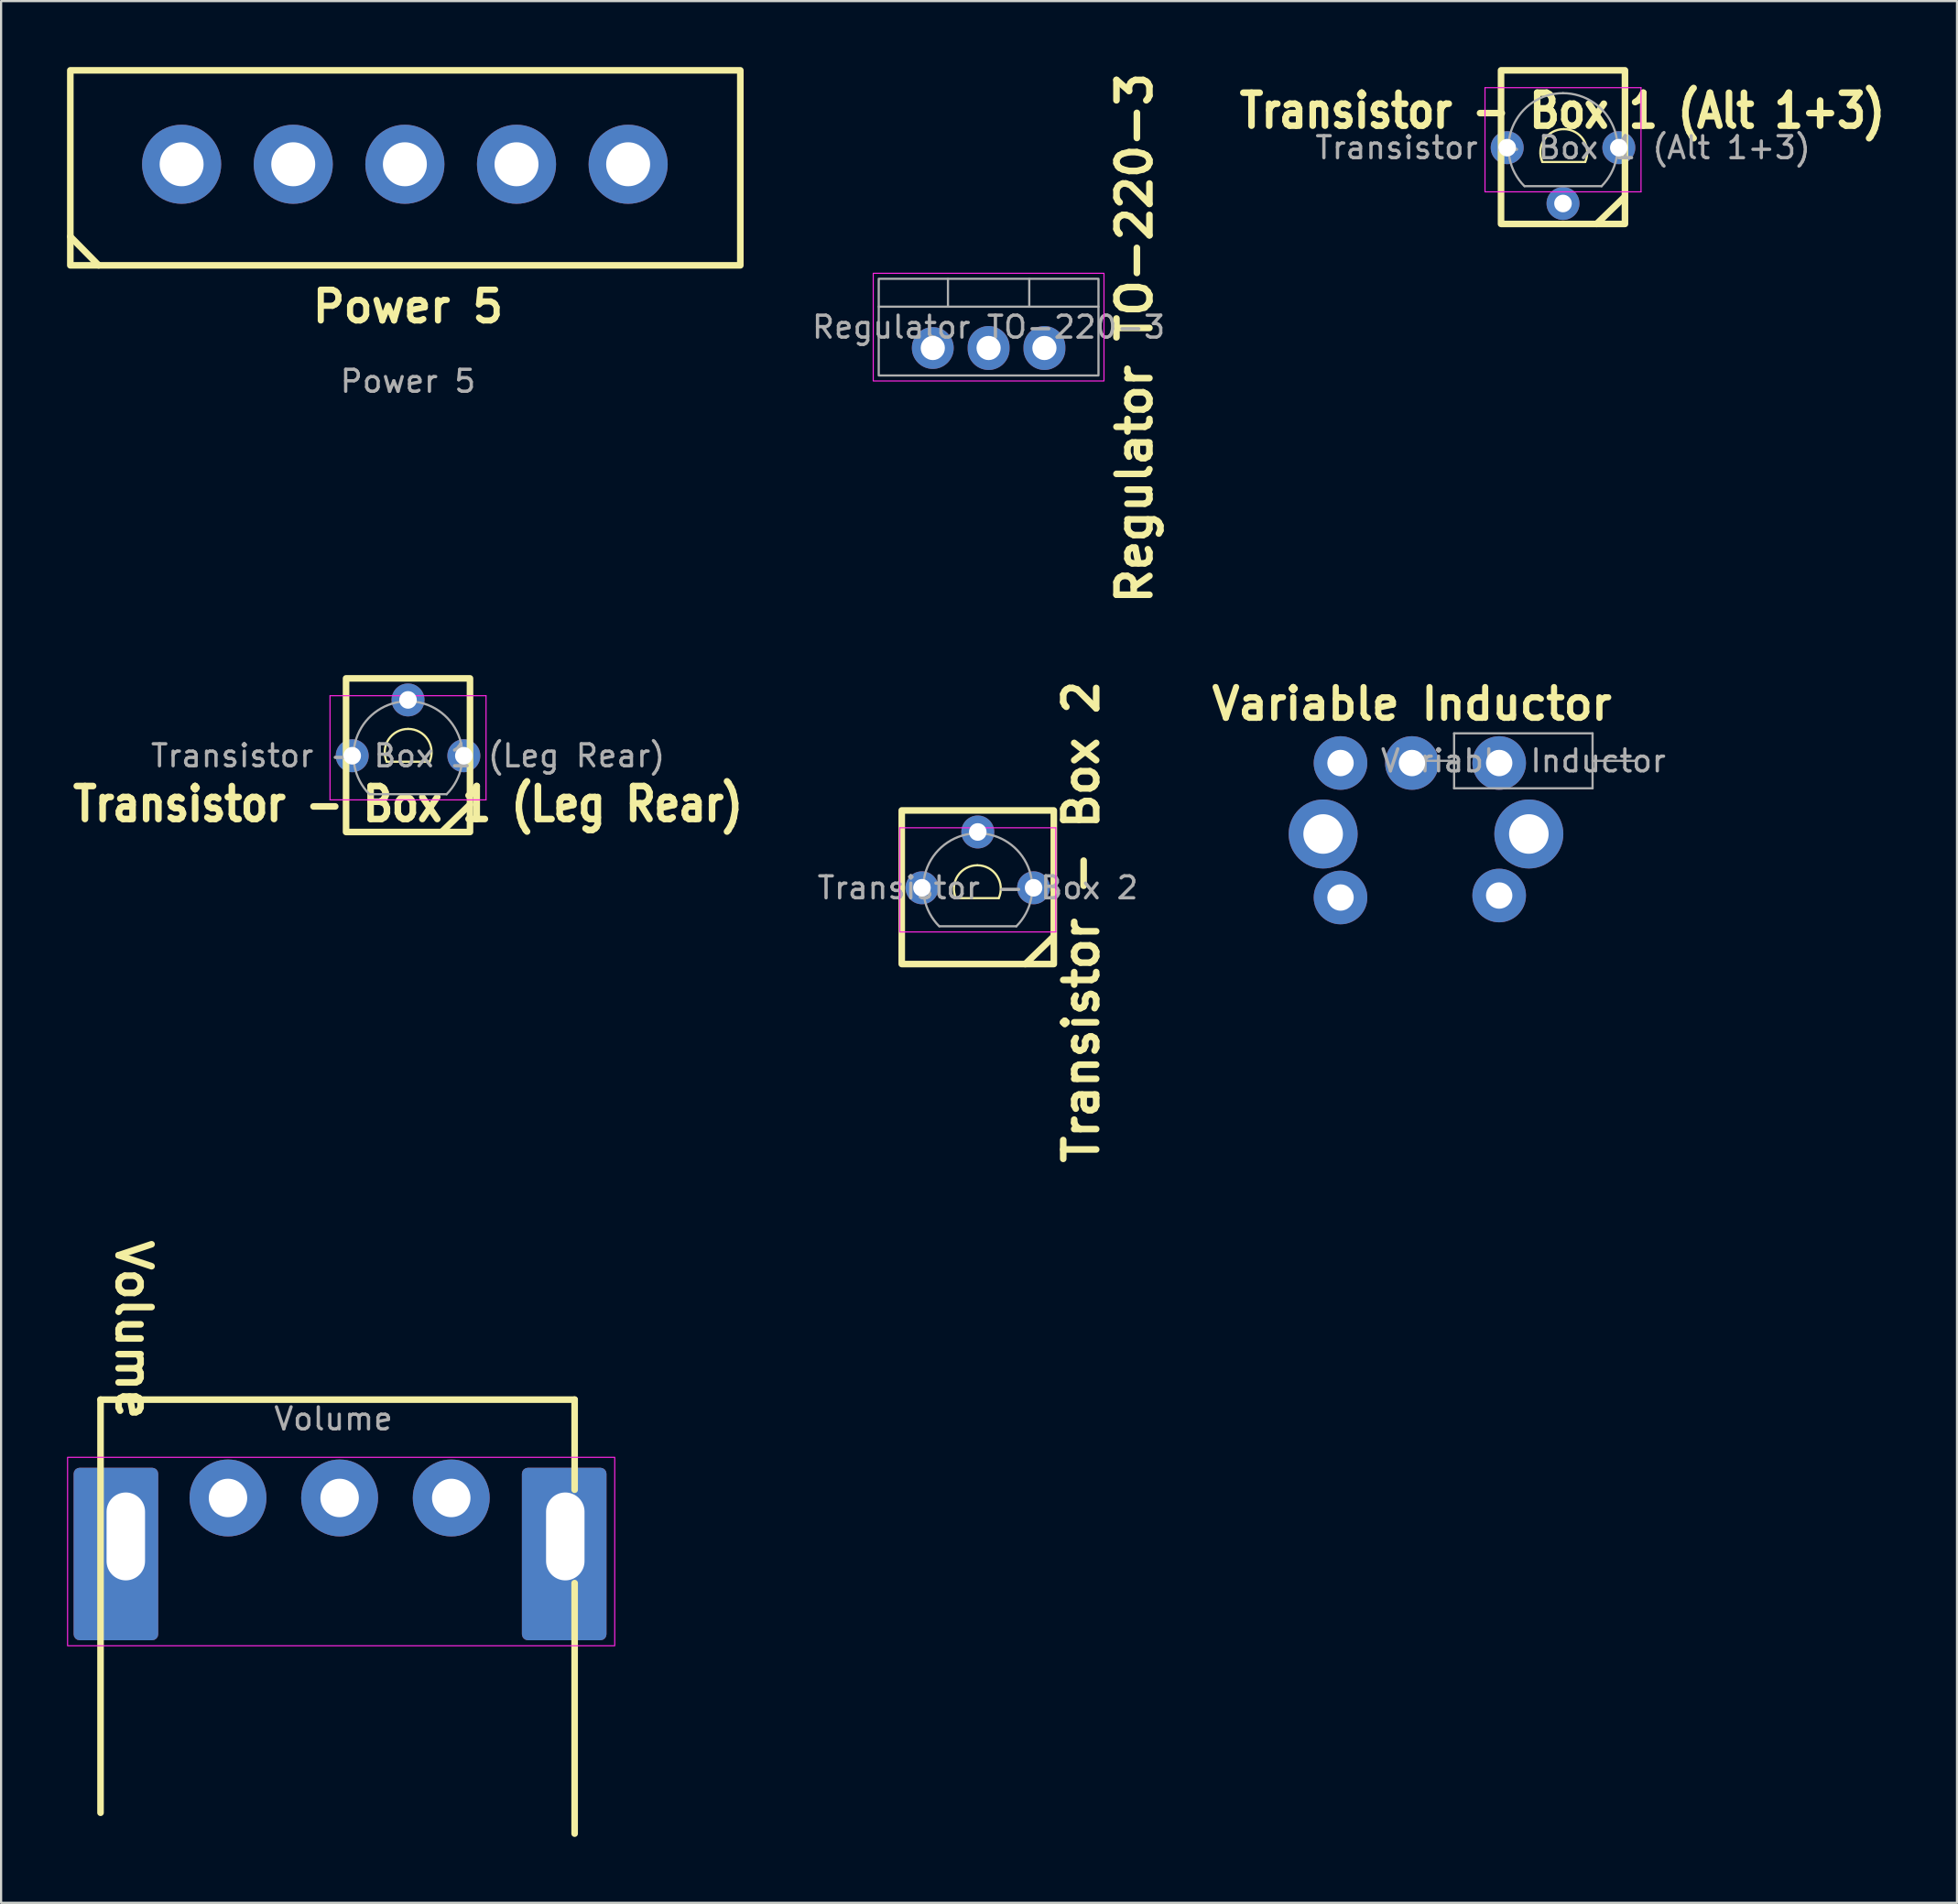
<source format=kicad_pcb>
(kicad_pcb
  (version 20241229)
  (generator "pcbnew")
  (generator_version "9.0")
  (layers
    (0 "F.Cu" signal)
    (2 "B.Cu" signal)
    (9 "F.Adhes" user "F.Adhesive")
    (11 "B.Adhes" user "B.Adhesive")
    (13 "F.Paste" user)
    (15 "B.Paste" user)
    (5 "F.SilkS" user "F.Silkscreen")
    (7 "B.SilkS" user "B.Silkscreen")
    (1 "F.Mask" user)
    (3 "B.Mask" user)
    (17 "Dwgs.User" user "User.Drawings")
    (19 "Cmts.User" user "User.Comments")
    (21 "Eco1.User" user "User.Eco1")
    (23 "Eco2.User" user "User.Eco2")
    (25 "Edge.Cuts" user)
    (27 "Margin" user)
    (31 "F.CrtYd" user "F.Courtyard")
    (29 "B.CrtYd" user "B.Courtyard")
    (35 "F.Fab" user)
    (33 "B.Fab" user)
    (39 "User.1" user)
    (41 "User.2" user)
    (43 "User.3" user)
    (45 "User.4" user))
  (footprint "Regulator TO-220-3"
    (layer "F.Cu")
    (at 39.399 12.786)
    (property "Reference" "Regulator TO-220-3" (at 9.18 -0.45 270) (layer "F.SilkS") (effects (font (size 1.5 1.5) (thickness 0.3) (bold yes))))
    (attr through_hole)
    (fp_rect (start 7.79 1.5) (end -2.71 -3.4) (stroke (width 0.05) (type solid)) (fill no) (layer "F.CrtYd"))
    (fp_line (start -2.46 -1.88) (end 7.54 -1.88) (stroke (width 0.1) (type solid)) (layer "F.Fab"))
    (fp_line (start 0.69 -3.15) (end 0.69 -1.88) (stroke (width 0.1) (type solid)) (layer "F.Fab"))
    (fp_line (start 4.39 -3.15) (end 4.39 -1.88) (stroke (width 0.1) (type solid)) (layer "F.Fab"))
    (fp_rect (start -2.46 -3.15) (end 7.54 1.25) (stroke (width 0.1) (type solid)) (fill no) (layer "F.Fab"))
    (fp_text user "${REFERENCE}" (at 2.54 -0.95 180) (layer "F.Fab") (effects (font (size 1 1) (thickness 0.15))))
    (pad "1" thru_hole circle (at 0 0) (size 1.905 1.905) (drill 1.1) (layers "*.Cu" "*.Mask"))
    (pad "2" thru_hole oval (at 2.54 0) (size 1.905 2) (drill 1.1) (layers "*.Cu" "*.Mask"))
    (pad "3" thru_hole oval (at 5.08 0) (size 1.905 2) (drill 1.1) (layers "*.Cu" "*.Mask")))
  (footprint "Power 5"
    (layer "F.Cu")
    (at 5.215 4.425)
    (property "Reference" "Power 5" (at 10.3 6.475 0) (unlocked yes) (layer "F.SilkS") (effects (font (size 1.4 1.4) (thickness 0.28))))
    (attr through_hole)
    (fp_line (start -3.775 4.6) (end -5.065 3.29) (stroke (width 0.3) (type default)) (layer "F.SilkS"))
    (fp_rect (start -5.065 -4.275) (end 25.425 4.6) (stroke (width 0.3) (type default)) (fill no) (layer "F.SilkS"))
    (fp_text user "${REFERENCE}" (at 10.3 9.875 0) (unlocked yes) (layer "F.Fab") (effects (font (size 1 1) (thickness 0.15))))
    (pad "1" thru_hole circle (at 0 0 180) (size 3.6 3.6) (drill 2) (layers "*.Cu" "*.Mask"))
    (pad "2" thru_hole circle (at 5.08 0 180) (size 3.6 3.6) (drill 2) (layers "*.Cu" "*.Mask"))
    (pad "3" thru_hole circle (at 10.16 0 180) (size 3.6 3.6) (drill 2) (layers "*.Cu" "*.Mask"))
    (pad "4" thru_hole circle (at 15.24 0 180) (size 3.6 3.6) (drill 2) (layers "*.Cu" "*.Mask"))
    (pad "5" thru_hole circle (at 20.32 0 180) (size 3.6 3.6) (drill 2) (layers "*.Cu" "*.Mask")))
  (footprint "Transistor - Box 1 (Alt 1+3)"
    (layer "F.Cu")
    (at 65.538 3.67)
    (property "Reference" "Transistor - Box 1 (Alt 1+3)" (at 2.51 -1.68 0) (layer "F.SilkS") (effects (font (size 1.5 1.3) (thickness 0.3) (bold yes))))
    (attr through_hole)
    (fp_line (start 1.6 0.65) (end 3.551 0.65) (stroke (width 0.1) (type solid)) (layer "F.SilkS"))
    (fp_line (start 4.07 3.47) (end 5.35 2.23) (stroke (width 0.3) (type default)) (layer "F.SilkS"))
    (fp_rect (start -0.28 -3.52) (end 5.36 3.47) (stroke (width 0.3) (type solid)) (fill no) (layer "F.SilkS"))
    (fp_arc (start 1.599532 0.650208) (mid 1.68 -0.36) (end 2.570753 -0.843274) (stroke (width 0.1) (type solid)) (layer "F.SilkS"))
    (fp_arc (start 2.579532 -0.843274) (mid 3.470285 -0.359999) (end 3.550753 0.650208) (stroke (width 0.1) (type solid)) (layer "F.SilkS"))
    (fp_line (start -1.01 -2.73) (end -1.01 2.01) (stroke (width 0.05) (type solid)) (layer "F.CrtYd"))
    (fp_line (start -1.01 -2.73) (end 6.09 -2.73) (stroke (width 0.05) (type solid)) (layer "F.CrtYd"))
    (fp_line (start 6.09 2.01) (end -1.01 2.01) (stroke (width 0.05) (type solid)) (layer "F.CrtYd"))
    (fp_line (start 6.09 2.01) (end 6.09 -2.73) (stroke (width 0.05) (type solid)) (layer "F.CrtYd"))
    (fp_line (start 0.8 1.75) (end 4.3 1.75) (stroke (width 0.1) (type solid)) (layer "F.Fab"))
    (fp_arc (start 0.786375 1.753625) (mid 0.248779 -0.949055) (end 2.54 -2.48) (stroke (width 0.1) (type solid)) (layer "F.Fab"))
    (fp_arc (start 2.54 -2.48) (mid 4.831221 -0.949055) (end 4.293625 1.753625) (stroke (width 0.1) (type solid)) (layer "F.Fab"))
    (fp_text user "${REFERENCE}" (at 2.54 0 0) (layer "F.Fab") (effects (font (size 1 1) (thickness 0.15))))
    (pad "1" thru_hole circle (at 0 0) (size 1.5 1.5) (drill 0.8) (layers "*.Cu" "*.Mask"))
    (pad "2" thru_hole circle (at 2.54 2.54) (size 1.5 1.5) (drill 0.8) (layers "*.Cu" "*.Mask"))
    (pad "3" thru_hole circle (at 5.08 0) (size 1.5 1.5) (drill 0.8) (layers "*.Cu" "*.Mask")))
  (footprint "Transistor - Box 2"
    (layer "F.Cu")
    (at 38.906 37.35)
    (property "Reference" "Transistor - Box 2" (at 7.25 1.55 90) (layer "F.SilkS") (effects (font (size 1.5 1.5) (thickness 0.3) (bold yes))))
    (attr through_hole)
    (fp_line (start 1.544 0.47) (end 3.496 0.47) (stroke (width 0.1) (type solid)) (layer "F.SilkS"))
    (fp_line (start 4.7 3.47) (end 5.98 2.23) (stroke (width 0.3) (type default)) (layer "F.SilkS"))
    (fp_rect (start -0.92 -3.52) (end 6 3.47) (stroke (width 0.3) (type solid)) (fill no) (layer "F.SilkS"))
    (fp_arc (start 1.544389 0.47) (mid 1.624857 -0.540208) (end 2.51561 -1.023482) (stroke (width 0.1) (type solid)) (layer "F.SilkS"))
    (fp_arc (start 2.524389 -1.023482) (mid 3.415142 -0.540207) (end 3.49561 0.47) (stroke (width 0.1) (type solid)) (layer "F.SilkS"))
    (fp_line (start -1.01 -2.73) (end -1.01 2.01) (stroke (width 0.05) (type solid)) (layer "F.CrtYd"))
    (fp_line (start -1.01 -2.73) (end 6.09 -2.73) (stroke (width 0.05) (type solid)) (layer "F.CrtYd"))
    (fp_line (start 6.09 2.01) (end -1.01 2.01) (stroke (width 0.05) (type solid)) (layer "F.CrtYd"))
    (fp_line (start 6.09 2.01) (end 6.09 -2.73) (stroke (width 0.05) (type solid)) (layer "F.CrtYd"))
    (fp_line (start 0.8 1.75) (end 4.3 1.75) (stroke (width 0.1) (type solid)) (layer "F.Fab"))
    (fp_arc (start 0.786375 1.753625) (mid 0.248779 -0.949055) (end 2.54 -2.48) (stroke (width 0.1) (type solid)) (layer "F.Fab"))
    (fp_arc (start 2.54 -2.48) (mid 4.831221 -0.949055) (end 4.293625 1.753625) (stroke (width 0.1) (type solid)) (layer "F.Fab"))
    (fp_text user "${REFERENCE}" (at 2.54 0 180) (layer "F.Fab") (effects (font (size 1 1) (thickness 0.15))))
    (pad "1" thru_hole circle (at 0 0) (size 1.5 1.5) (drill 0.8) (layers "*.Cu" "*.Mask"))
    (pad "2" thru_hole circle (at 2.54 -2.54) (size 1.5 1.5) (drill 0.8) (layers "*.Cu" "*.Mask"))
    (pad "3" thru_hole circle (at 5.08 0) (size 1.5 1.5) (drill 0.8) (layers "*.Cu" "*.Mask")))
  (footprint "Volume"
    (layer "F.Cu")
    (at 7.325 65.117)
    (property "Reference" "Volume" (at -4.3 -7.652 270) (unlocked yes) (layer "F.SilkS") (effects (font (size 1.5 1.5) (thickness 0.3) (bold yes))))
    (attr through_hole)
    (fp_line (start -5.8 -4.475) (end 15.775 -4.475) (stroke (width 0.3) (type solid)) (layer "F.SilkS"))
    (fp_line (start -5.8 14.325) (end -5.8 -4.475) (stroke (width 0.3) (type solid)) (layer "F.SilkS"))
    (fp_line (start 15.775 -4.475) (end 15.775 -0.375) (stroke (width 0.3) (type solid)) (layer "F.SilkS"))
    (fp_line (start 15.775 3.875) (end 15.775 15.275) (stroke (width 0.3) (type solid)) (layer "F.SilkS"))
    (fp_rect (start -7.3 -1.85) (end 17.6 6.725) (stroke (width 0.05) (type default)) (fill no) (layer "F.CrtYd"))
    (fp_text user "${REFERENCE}" (at 4.8 -3.6 0) (unlocked yes) (layer "F.Fab") (effects (font (size 1 1) (thickness 0.15))))
    (pad "1" thru_hole circle (at 10.16 0 180) (size 3.5 3.5) (drill 1.75) (layers "*.Cu" "*.Mask"))
    (pad "2" thru_hole circle (at 5.08 0 180) (size 3.5 3.5) (drill 1.75) (layers "*.Cu" "*.Mask"))
    (pad "3" thru_hole circle (at 0 0 180) (size 3.5 3.5) (drill 1.75) (layers "*.Cu" "*.Mask"))
    (pad "S" thru_hole roundrect (at -4.65 1.75 180) (size 3.85 7.85) (drill oval 1.75 4 (offset 0.45 -0.8)) (layers "*.Cu" "*.Mask") (roundrect_rratio 0.071))
    (pad "S" thru_hole roundrect (at 15.35 1.75 180) (size 3.85 7.85) (drill oval 1.75 4 (offset 0.05 -0.8)) (layers "*.Cu" "*.Mask") (roundrect_rratio 0.071)))
  (footprint "Variable Inductor"
    (layer "F.Cu")
    (at 61.193 31.572)
    (property "Reference" "Variable Inductor" (at 0.01 -2.59 0) (layer "F.SilkS") (effects (font (size 1.4 1.4) (thickness 0.28) (bold yes))))
    (attr through_hole)
    (fp_line (start 0 0) (end 1.93 0) (stroke (width 0.1) (type solid)) (layer "F.Fab"))
    (fp_line (start 1.93 -1.25) (end 1.93 1.25) (stroke (width 0.1) (type solid)) (layer "F.Fab"))
    (fp_line (start 1.93 1.25) (end 8.23 1.25) (stroke (width 0.1) (type solid)) (layer "F.Fab"))
    (fp_line (start 8.23 -1.25) (end 1.93 -1.25) (stroke (width 0.1) (type solid)) (layer "F.Fab"))
    (fp_line (start 8.23 1.25) (end 8.23 -1.25) (stroke (width 0.1) (type solid)) (layer "F.Fab"))
    (fp_line (start 10.16 0) (end 8.23 0) (stroke (width 0.1) (type solid)) (layer "F.Fab"))
    (fp_text user "${REFERENCE}" (at 5.08 0 0) (layer "F.Fab") (effects (font (size 1 1) (thickness 0.15))))
    (pad "1" thru_hole circle (at -4.03 3.33) (size 3.14 3.14) (drill 1.8) (layers "*.Cu" "*.Mask"))
    (pad "1" thru_hole circle (at -3.24 0.1) (size 2.44 2.44) (drill 1.2) (layers "*.Cu" "*.Mask"))
    (pad "1" thru_hole circle (at -3.24 6.22) (size 2.44 2.44) (drill 1.2) (layers "*.Cu" "*.Mask"))
    (pad "1" thru_hole circle (at 0.01 0.1) (size 2.44 2.44) (drill 1.2) (layers "*.Cu" "*.Mask"))
    (pad "1" thru_hole circle (at 3.98 0.1) (size 2.44 2.44) (drill 1.2) (layers "*.Cu" "*.Mask"))
    (pad "1" thru_hole circle (at 5.33 3.33) (size 3.14 3.14) (drill 1.8) (layers "*.Cu" "*.Mask"))
    (pad "2" thru_hole circle (at 3.98 6.13) (size 2.44 2.44) (drill 1.2) (layers "*.Cu" "*.Mask")))
  (footprint "Transistor - Box 1 (Leg Rear)"
    (layer "F.Cu")
    (at 12.978 31.341)
    (property "Reference" "Transistor - Box 1 (Leg Rear)" (at 2.54 2.2 0) (layer "F.SilkS") (effects (font (size 1.5 1.3) (thickness 0.3) (bold yes))))
    (attr through_hole)
    (fp_line (start 1.57 0.273) (end 3.521 0.273) (stroke (width 0.1) (type solid)) (layer "F.SilkS"))
    (fp_line (start 4.08 3.46) (end 5.36 2.22) (stroke (width 0.3) (type default)) (layer "F.SilkS"))
    (fp_rect (start -0.28 -3.52) (end 5.36 3.47) (stroke (width 0.3) (type solid)) (fill no) (layer "F.SilkS"))
    (fp_arc (start 1.57 0.273482) (mid 1.650468 -0.736726) (end 2.541221 -1.22) (stroke (width 0.1) (type solid)) (layer "F.SilkS"))
    (fp_arc (start 2.55 -1.22) (mid 3.440753 -0.736725) (end 3.521221 0.273482) (stroke (width 0.1) (type solid)) (layer "F.SilkS"))
    (fp_line (start -1.01 -2.73) (end -1.01 2.01) (stroke (width 0.05) (type solid)) (layer "F.CrtYd"))
    (fp_line (start -1.01 -2.73) (end 6.09 -2.73) (stroke (width 0.05) (type solid)) (layer "F.CrtYd"))
    (fp_line (start 6.09 2.01) (end -1.01 2.01) (stroke (width 0.05) (type solid)) (layer "F.CrtYd"))
    (fp_line (start 6.09 2.01) (end 6.09 -2.73) (stroke (width 0.05) (type solid)) (layer "F.CrtYd"))
    (fp_line (start 0.8 1.75) (end 4.3 1.75) (stroke (width 0.1) (type solid)) (layer "F.Fab"))
    (fp_arc (start 0.786375 1.753625) (mid 0.248779 -0.949055) (end 2.54 -2.48) (stroke (width 0.1) (type solid)) (layer "F.Fab"))
    (fp_arc (start 2.54 -2.48) (mid 4.831221 -0.949055) (end 4.293625 1.753625) (stroke (width 0.1) (type solid)) (layer "F.Fab"))
    (fp_text user "${REFERENCE}" (at 2.54 0 0) (layer "F.Fab") (effects (font (size 1 1) (thickness 0.15))))
    (pad "1" thru_hole circle (at 0 0) (size 1.5 1.5) (drill 0.8) (layers "*.Cu" "*.Mask"))
    (pad "2" thru_hole circle (at 2.54 -2.54) (size 1.5 1.5) (drill 0.8) (layers "*.Cu" "*.Mask"))
    (pad "3" thru_hole circle (at 5.08 0) (size 1.5 1.5) (drill 0.8) (layers "*.Cu" "*.Mask")))
  (gr_rect
    (start -3 -3)
    (end 86.009 83.542)
    (stroke (width 0.1) (type default))
    (fill no)
    (layer "Edge.Cuts")))
</source>
